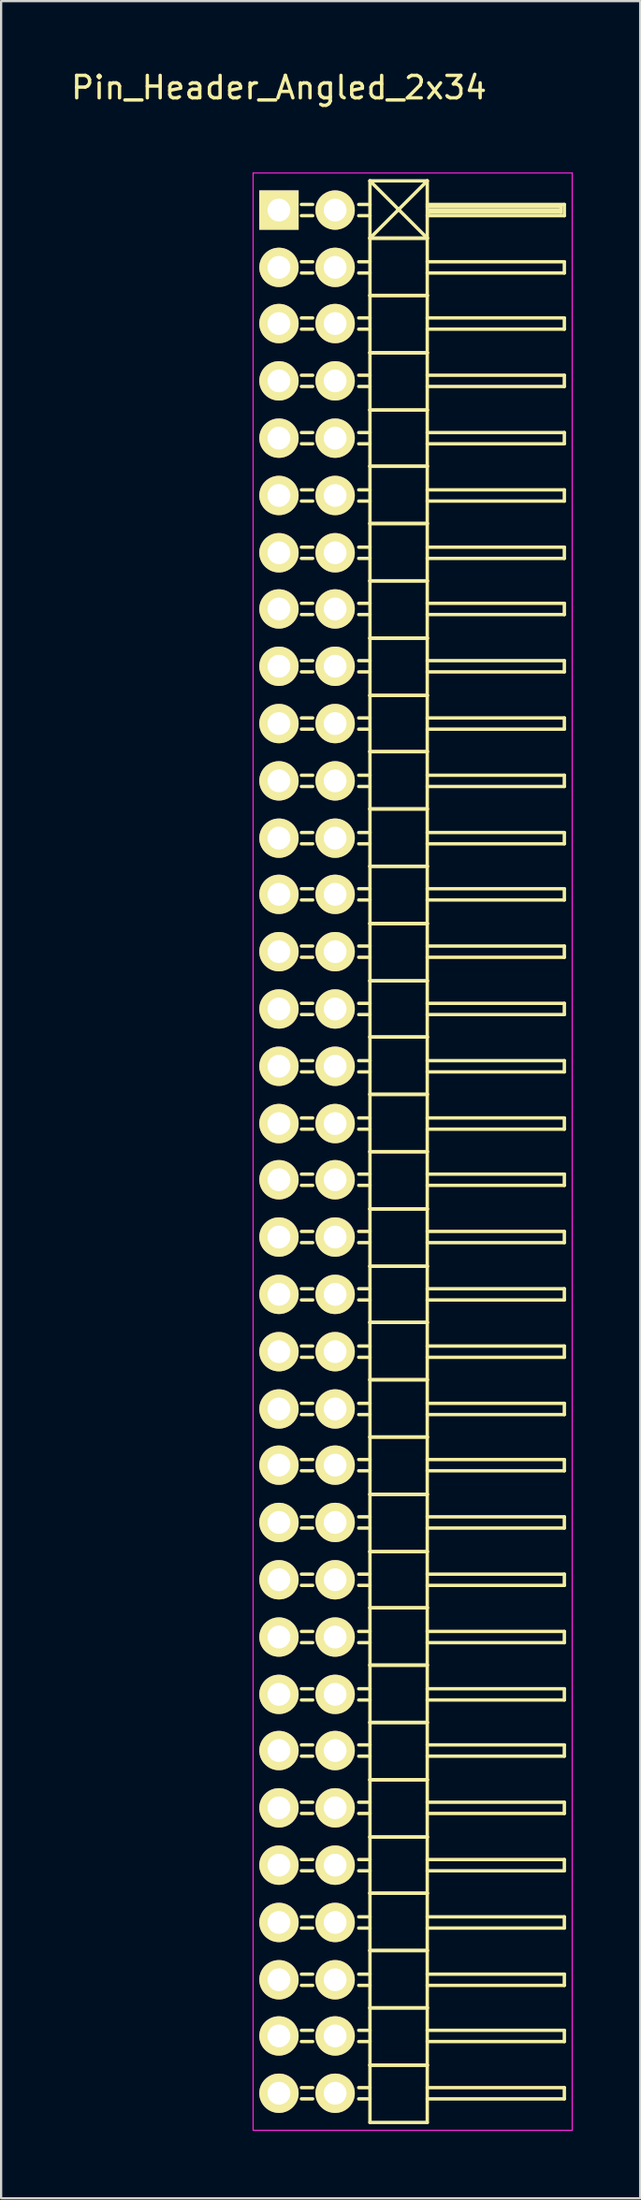
<source format=kicad_pcb>
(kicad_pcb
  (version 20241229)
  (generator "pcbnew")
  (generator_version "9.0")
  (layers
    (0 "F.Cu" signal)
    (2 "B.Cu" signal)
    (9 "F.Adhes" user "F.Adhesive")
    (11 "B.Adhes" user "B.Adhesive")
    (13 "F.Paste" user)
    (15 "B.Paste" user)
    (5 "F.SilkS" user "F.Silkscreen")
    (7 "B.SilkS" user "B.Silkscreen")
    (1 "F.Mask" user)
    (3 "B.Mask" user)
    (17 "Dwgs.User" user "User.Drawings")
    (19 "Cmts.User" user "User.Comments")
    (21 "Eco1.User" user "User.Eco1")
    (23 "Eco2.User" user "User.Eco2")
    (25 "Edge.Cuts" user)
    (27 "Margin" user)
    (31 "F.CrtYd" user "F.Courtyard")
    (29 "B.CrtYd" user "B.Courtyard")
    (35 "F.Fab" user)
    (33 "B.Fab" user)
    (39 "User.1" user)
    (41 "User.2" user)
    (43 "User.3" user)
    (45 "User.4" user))
  (footprint "Pin_Header_Angled_2x34"
    (layer "F.Cu")
    (at 9.363 6.298)
    (property "Reference" "Pin_Header_Angled_2x34" (at 0 -5.45 0) (layer "F.SilkS") (effects (font (size 1 1) (thickness 0.15))))
    (attr through_hole)
    (fp_line (start 1.5 -0.25) (end 1 -0.25) (stroke (width 0.15) (type solid)) (layer "F.SilkS"))
    (fp_line (start 1.5 0.25) (end 1 0.25) (stroke (width 0.15) (type solid)) (layer "F.SilkS"))
    (fp_line (start 1.5 2.3) (end 1 2.3) (stroke (width 0.15) (type solid)) (layer "F.SilkS"))
    (fp_line (start 1.5 2.8) (end 1 2.8) (stroke (width 0.15) (type solid)) (layer "F.SilkS"))
    (fp_line (start 1.5 4.8) (end 1 4.8) (stroke (width 0.15) (type solid)) (layer "F.SilkS"))
    (fp_line (start 1.5 5.3) (end 1 5.3) (stroke (width 0.15) (type solid)) (layer "F.SilkS"))
    (fp_line (start 1.5 7.35) (end 1 7.35) (stroke (width 0.15) (type solid)) (layer "F.SilkS"))
    (fp_line (start 1.5 7.85) (end 1 7.85) (stroke (width 0.15) (type solid)) (layer "F.SilkS"))
    (fp_line (start 1.5 9.9) (end 1 9.9) (stroke (width 0.15) (type solid)) (layer "F.SilkS"))
    (fp_line (start 1.5 10.4) (end 1 10.4) (stroke (width 0.15) (type solid)) (layer "F.SilkS"))
    (fp_line (start 1.5 12.45) (end 1 12.45) (stroke (width 0.15) (type solid)) (layer "F.SilkS"))
    (fp_line (start 1.5 12.95) (end 1 12.95) (stroke (width 0.15) (type solid)) (layer "F.SilkS"))
    (fp_line (start 1.5 15) (end 1 15) (stroke (width 0.15) (type solid)) (layer "F.SilkS"))
    (fp_line (start 1.5 15.5) (end 1 15.5) (stroke (width 0.15) (type solid)) (layer "F.SilkS"))
    (fp_line (start 1.5 17.5) (end 1 17.5) (stroke (width 0.15) (type solid)) (layer "F.SilkS"))
    (fp_line (start 1.5 18) (end 1 18) (stroke (width 0.15) (type solid)) (layer "F.SilkS"))
    (fp_line (start 1.5 20.05) (end 1 20.05) (stroke (width 0.15) (type solid)) (layer "F.SilkS"))
    (fp_line (start 1.5 20.55) (end 1 20.55) (stroke (width 0.15) (type solid)) (layer "F.SilkS"))
    (fp_line (start 1.5 22.6) (end 1 22.6) (stroke (width 0.15) (type solid)) (layer "F.SilkS"))
    (fp_line (start 1.5 23.1) (end 1 23.1) (stroke (width 0.15) (type solid)) (layer "F.SilkS"))
    (fp_line (start 1.5 25.15) (end 1 25.15) (stroke (width 0.15) (type solid)) (layer "F.SilkS"))
    (fp_line (start 1.5 25.65) (end 1 25.65) (stroke (width 0.15) (type solid)) (layer "F.SilkS"))
    (fp_line (start 1.5 27.7) (end 1 27.7) (stroke (width 0.15) (type solid)) (layer "F.SilkS"))
    (fp_line (start 1.5 28.2) (end 1 28.2) (stroke (width 0.15) (type solid)) (layer "F.SilkS"))
    (fp_line (start 1.5 30.2) (end 1 30.2) (stroke (width 0.15) (type solid)) (layer "F.SilkS"))
    (fp_line (start 1.5 30.7) (end 1 30.7) (stroke (width 0.15) (type solid)) (layer "F.SilkS"))
    (fp_line (start 1.5 32.75) (end 1 32.75) (stroke (width 0.15) (type solid)) (layer "F.SilkS"))
    (fp_line (start 1.5 33.25) (end 1 33.25) (stroke (width 0.15) (type solid)) (layer "F.SilkS"))
    (fp_line (start 1.5 35.3) (end 1 35.3) (stroke (width 0.15) (type solid)) (layer "F.SilkS"))
    (fp_line (start 1.5 35.8) (end 1 35.8) (stroke (width 0.15) (type solid)) (layer "F.SilkS"))
    (fp_line (start 1.5 37.85) (end 1 37.85) (stroke (width 0.15) (type solid)) (layer "F.SilkS"))
    (fp_line (start 1.5 38.35) (end 1 38.35) (stroke (width 0.15) (type solid)) (layer "F.SilkS"))
    (fp_line (start 1.5 40.4) (end 1 40.4) (stroke (width 0.15) (type solid)) (layer "F.SilkS"))
    (fp_line (start 1.5 40.9) (end 1 40.9) (stroke (width 0.15) (type solid)) (layer "F.SilkS"))
    (fp_line (start 1.5 42.9) (end 1 42.9) (stroke (width 0.15) (type solid)) (layer "F.SilkS"))
    (fp_line (start 1.5 43.4) (end 1 43.4) (stroke (width 0.15) (type solid)) (layer "F.SilkS"))
    (fp_line (start 1.5 45.45) (end 1 45.45) (stroke (width 0.15) (type solid)) (layer "F.SilkS"))
    (fp_line (start 1.5 45.95) (end 1 45.95) (stroke (width 0.15) (type solid)) (layer "F.SilkS"))
    (fp_line (start 1.5 48) (end 1 48) (stroke (width 0.15) (type solid)) (layer "F.SilkS"))
    (fp_line (start 1.5 48.5) (end 1 48.5) (stroke (width 0.15) (type solid)) (layer "F.SilkS"))
    (fp_line (start 1.5 50.55) (end 1 50.55) (stroke (width 0.15) (type solid)) (layer "F.SilkS"))
    (fp_line (start 1.5 51.05) (end 1 51.05) (stroke (width 0.15) (type solid)) (layer "F.SilkS"))
    (fp_line (start 1.5 53.1) (end 1 53.1) (stroke (width 0.15) (type solid)) (layer "F.SilkS"))
    (fp_line (start 1.5 53.6) (end 1 53.6) (stroke (width 0.15) (type solid)) (layer "F.SilkS"))
    (fp_line (start 1.5 55.6) (end 1 55.6) (stroke (width 0.15) (type solid)) (layer "F.SilkS"))
    (fp_line (start 1.5 56.1) (end 1 56.1) (stroke (width 0.15) (type solid)) (layer "F.SilkS"))
    (fp_line (start 1.5 58.15) (end 1 58.15) (stroke (width 0.15) (type solid)) (layer "F.SilkS"))
    (fp_line (start 1.5 58.65) (end 1 58.65) (stroke (width 0.15) (type solid)) (layer "F.SilkS"))
    (fp_line (start 1.5 60.7) (end 1 60.7) (stroke (width 0.15) (type solid)) (layer "F.SilkS"))
    (fp_line (start 1.5 61.2) (end 1 61.2) (stroke (width 0.15) (type solid)) (layer "F.SilkS"))
    (fp_line (start 1.5 63.25) (end 1 63.25) (stroke (width 0.15) (type solid)) (layer "F.SilkS"))
    (fp_line (start 1.5 63.75) (end 1 63.75) (stroke (width 0.15) (type solid)) (layer "F.SilkS"))
    (fp_line (start 1.5 65.8) (end 1 65.8) (stroke (width 0.15) (type solid)) (layer "F.SilkS"))
    (fp_line (start 1.5 66.3) (end 1 66.3) (stroke (width 0.15) (type solid)) (layer "F.SilkS"))
    (fp_line (start 1.5 68.3) (end 1 68.3) (stroke (width 0.15) (type solid)) (layer "F.SilkS"))
    (fp_line (start 1.5 68.8) (end 1 68.8) (stroke (width 0.15) (type solid)) (layer "F.SilkS"))
    (fp_line (start 1.5 70.85) (end 1 70.85) (stroke (width 0.15) (type solid)) (layer "F.SilkS"))
    (fp_line (start 1.5 71.35) (end 1 71.35) (stroke (width 0.15) (type solid)) (layer "F.SilkS"))
    (fp_line (start 1.5 73.4) (end 1 73.4) (stroke (width 0.15) (type solid)) (layer "F.SilkS"))
    (fp_line (start 1.5 73.9) (end 1 73.9) (stroke (width 0.15) (type solid)) (layer "F.SilkS"))
    (fp_line (start 1.5 75.95) (end 1 75.95) (stroke (width 0.15) (type solid)) (layer "F.SilkS"))
    (fp_line (start 1.5 76.45) (end 1 76.45) (stroke (width 0.15) (type solid)) (layer "F.SilkS"))
    (fp_line (start 1.5 78.5) (end 1 78.5) (stroke (width 0.15) (type solid)) (layer "F.SilkS"))
    (fp_line (start 1.5 79) (end 1 79) (stroke (width 0.15) (type solid)) (layer "F.SilkS"))
    (fp_line (start 1.5 81) (end 1 81) (stroke (width 0.15) (type solid)) (layer "F.SilkS"))
    (fp_line (start 1.5 81.5) (end 1 81.5) (stroke (width 0.15) (type solid)) (layer "F.SilkS"))
    (fp_line (start 1.5 83.55) (end 1 83.55) (stroke (width 0.15) (type solid)) (layer "F.SilkS"))
    (fp_line (start 1.5 84.05) (end 1 84.05) (stroke (width 0.15) (type solid)) (layer "F.SilkS"))
    (fp_line (start 4.05 -1.3) (end 4.05 1.25) (stroke (width 0.15) (type solid)) (layer "F.SilkS"))
    (fp_line (start 4.05 -1.3) (end 6.6 -1.3) (stroke (width 0.15) (type solid)) (layer "F.SilkS"))
    (fp_line (start 4.05 -1.3) (end 6.6 1.25) (stroke (width 0.15) (type solid)) (layer "F.SilkS"))
    (fp_line (start 4.05 -0.25) (end 3.55 -0.25) (stroke (width 0.15) (type solid)) (layer "F.SilkS"))
    (fp_line (start 4.05 0.25) (end 3.55 0.25) (stroke (width 0.15) (type solid)) (layer "F.SilkS"))
    (fp_line (start 4.05 1.25) (end 4.05 3.8) (stroke (width 0.15) (type solid)) (layer "F.SilkS"))
    (fp_line (start 4.05 1.25) (end 6.6 1.25) (stroke (width 0.15) (type solid)) (layer "F.SilkS"))
    (fp_line (start 4.05 1.25) (end 6.6 1.25) (stroke (width 0.15) (type solid)) (layer "F.SilkS"))
    (fp_line (start 4.05 2.3) (end 3.55 2.3) (stroke (width 0.15) (type solid)) (layer "F.SilkS"))
    (fp_line (start 4.05 2.8) (end 3.55 2.8) (stroke (width 0.15) (type solid)) (layer "F.SilkS"))
    (fp_line (start 4.05 3.8) (end 4.05 6.35) (stroke (width 0.15) (type solid)) (layer "F.SilkS"))
    (fp_line (start 4.05 3.8) (end 6.6 3.8) (stroke (width 0.15) (type solid)) (layer "F.SilkS"))
    (fp_line (start 4.05 3.8) (end 6.6 3.8) (stroke (width 0.15) (type solid)) (layer "F.SilkS"))
    (fp_line (start 4.05 4.8) (end 3.55 4.8) (stroke (width 0.15) (type solid)) (layer "F.SilkS"))
    (fp_line (start 4.05 5.3) (end 3.55 5.3) (stroke (width 0.15) (type solid)) (layer "F.SilkS"))
    (fp_line (start 4.05 6.35) (end 4.05 8.9) (stroke (width 0.15) (type solid)) (layer "F.SilkS"))
    (fp_line (start 4.05 6.35) (end 6.6 6.35) (stroke (width 0.15) (type solid)) (layer "F.SilkS"))
    (fp_line (start 4.05 6.35) (end 6.6 6.35) (stroke (width 0.15) (type solid)) (layer "F.SilkS"))
    (fp_line (start 4.05 7.35) (end 3.55 7.35) (stroke (width 0.15) (type solid)) (layer "F.SilkS"))
    (fp_line (start 4.05 7.85) (end 3.55 7.85) (stroke (width 0.15) (type solid)) (layer "F.SilkS"))
    (fp_line (start 4.05 8.9) (end 4.05 11.4) (stroke (width 0.15) (type solid)) (layer "F.SilkS"))
    (fp_line (start 4.05 8.9) (end 6.6 8.9) (stroke (width 0.15) (type solid)) (layer "F.SilkS"))
    (fp_line (start 4.05 8.9) (end 6.6 8.9) (stroke (width 0.15) (type solid)) (layer "F.SilkS"))
    (fp_line (start 4.05 9.9) (end 3.55 9.9) (stroke (width 0.15) (type solid)) (layer "F.SilkS"))
    (fp_line (start 4.05 10.4) (end 3.55 10.4) (stroke (width 0.15) (type solid)) (layer "F.SilkS"))
    (fp_line (start 4.05 11.4) (end 4.05 13.95) (stroke (width 0.15) (type solid)) (layer "F.SilkS"))
    (fp_line (start 4.05 11.4) (end 6.6 11.4) (stroke (width 0.15) (type solid)) (layer "F.SilkS"))
    (fp_line (start 4.05 11.4) (end 6.6 11.4) (stroke (width 0.15) (type solid)) (layer "F.SilkS"))
    (fp_line (start 4.05 12.45) (end 3.55 12.45) (stroke (width 0.15) (type solid)) (layer "F.SilkS"))
    (fp_line (start 4.05 12.95) (end 3.55 12.95) (stroke (width 0.15) (type solid)) (layer "F.SilkS"))
    (fp_line (start 4.05 13.95) (end 4.05 16.5) (stroke (width 0.15) (type solid)) (layer "F.SilkS"))
    (fp_line (start 4.05 13.95) (end 6.6 13.95) (stroke (width 0.15) (type solid)) (layer "F.SilkS"))
    (fp_line (start 4.05 13.95) (end 6.6 13.95) (stroke (width 0.15) (type solid)) (layer "F.SilkS"))
    (fp_line (start 4.05 15) (end 3.55 15) (stroke (width 0.15) (type solid)) (layer "F.SilkS"))
    (fp_line (start 4.05 15.5) (end 3.55 15.5) (stroke (width 0.15) (type solid)) (layer "F.SilkS"))
    (fp_line (start 4.05 16.5) (end 4.05 19.05) (stroke (width 0.15) (type solid)) (layer "F.SilkS"))
    (fp_line (start 4.05 16.5) (end 6.6 16.5) (stroke (width 0.15) (type solid)) (layer "F.SilkS"))
    (fp_line (start 4.05 16.5) (end 6.6 16.5) (stroke (width 0.15) (type solid)) (layer "F.SilkS"))
    (fp_line (start 4.05 17.5) (end 3.55 17.5) (stroke (width 0.15) (type solid)) (layer "F.SilkS"))
    (fp_line (start 4.05 18) (end 3.55 18) (stroke (width 0.15) (type solid)) (layer "F.SilkS"))
    (fp_line (start 4.05 19.05) (end 4.05 21.6) (stroke (width 0.15) (type solid)) (layer "F.SilkS"))
    (fp_line (start 4.05 19.05) (end 6.6 19.05) (stroke (width 0.15) (type solid)) (layer "F.SilkS"))
    (fp_line (start 4.05 19.05) (end 6.6 19.05) (stroke (width 0.15) (type solid)) (layer "F.SilkS"))
    (fp_line (start 4.05 20.05) (end 3.55 20.05) (stroke (width 0.15) (type solid)) (layer "F.SilkS"))
    (fp_line (start 4.05 20.55) (end 3.55 20.55) (stroke (width 0.15) (type solid)) (layer "F.SilkS"))
    (fp_line (start 4.05 21.6) (end 4.05 24.1) (stroke (width 0.15) (type solid)) (layer "F.SilkS"))
    (fp_line (start 4.05 21.6) (end 6.6 21.6) (stroke (width 0.15) (type solid)) (layer "F.SilkS"))
    (fp_line (start 4.05 21.6) (end 6.6 21.6) (stroke (width 0.15) (type solid)) (layer "F.SilkS"))
    (fp_line (start 4.05 22.6) (end 3.55 22.6) (stroke (width 0.15) (type solid)) (layer "F.SilkS"))
    (fp_line (start 4.05 23.1) (end 3.55 23.1) (stroke (width 0.15) (type solid)) (layer "F.SilkS"))
    (fp_line (start 4.05 24.1) (end 4.05 26.65) (stroke (width 0.15) (type solid)) (layer "F.SilkS"))
    (fp_line (start 4.05 24.1) (end 6.6 24.1) (stroke (width 0.15) (type solid)) (layer "F.SilkS"))
    (fp_line (start 4.05 24.1) (end 6.6 24.1) (stroke (width 0.15) (type solid)) (layer "F.SilkS"))
    (fp_line (start 4.05 25.15) (end 3.55 25.15) (stroke (width 0.15) (type solid)) (layer "F.SilkS"))
    (fp_line (start 4.05 25.65) (end 3.55 25.65) (stroke (width 0.15) (type solid)) (layer "F.SilkS"))
    (fp_line (start 4.05 26.65) (end 4.05 29.2) (stroke (width 0.15) (type solid)) (layer "F.SilkS"))
    (fp_line (start 4.05 26.65) (end 6.6 26.65) (stroke (width 0.15) (type solid)) (layer "F.SilkS"))
    (fp_line (start 4.05 26.65) (end 6.6 26.65) (stroke (width 0.15) (type solid)) (layer "F.SilkS"))
    (fp_line (start 4.05 27.7) (end 3.55 27.7) (stroke (width 0.15) (type solid)) (layer "F.SilkS"))
    (fp_line (start 4.05 28.2) (end 3.55 28.2) (stroke (width 0.15) (type solid)) (layer "F.SilkS"))
    (fp_line (start 4.05 29.2) (end 4.05 31.75) (stroke (width 0.15) (type solid)) (layer "F.SilkS"))
    (fp_line (start 4.05 29.2) (end 6.6 29.2) (stroke (width 0.15) (type solid)) (layer "F.SilkS"))
    (fp_line (start 4.05 29.2) (end 6.6 29.2) (stroke (width 0.15) (type solid)) (layer "F.SilkS"))
    (fp_line (start 4.05 30.2) (end 3.55 30.2) (stroke (width 0.15) (type solid)) (layer "F.SilkS"))
    (fp_line (start 4.05 30.7) (end 3.55 30.7) (stroke (width 0.15) (type solid)) (layer "F.SilkS"))
    (fp_line (start 4.05 31.75) (end 4.05 34.3) (stroke (width 0.15) (type solid)) (layer "F.SilkS"))
    (fp_line (start 4.05 31.75) (end 6.6 31.75) (stroke (width 0.15) (type solid)) (layer "F.SilkS"))
    (fp_line (start 4.05 31.75) (end 6.6 31.75) (stroke (width 0.15) (type solid)) (layer "F.SilkS"))
    (fp_line (start 4.05 32.75) (end 3.55 32.75) (stroke (width 0.15) (type solid)) (layer "F.SilkS"))
    (fp_line (start 4.05 33.25) (end 3.55 33.25) (stroke (width 0.15) (type solid)) (layer "F.SilkS"))
    (fp_line (start 4.05 34.3) (end 4.05 36.8) (stroke (width 0.15) (type solid)) (layer "F.SilkS"))
    (fp_line (start 4.05 34.3) (end 6.6 34.3) (stroke (width 0.15) (type solid)) (layer "F.SilkS"))
    (fp_line (start 4.05 34.3) (end 6.6 34.3) (stroke (width 0.15) (type solid)) (layer "F.SilkS"))
    (fp_line (start 4.05 35.3) (end 3.55 35.3) (stroke (width 0.15) (type solid)) (layer "F.SilkS"))
    (fp_line (start 4.05 35.8) (end 3.55 35.8) (stroke (width 0.15) (type solid)) (layer "F.SilkS"))
    (fp_line (start 4.05 36.8) (end 4.05 39.35) (stroke (width 0.15) (type solid)) (layer "F.SilkS"))
    (fp_line (start 4.05 36.8) (end 6.6 36.8) (stroke (width 0.15) (type solid)) (layer "F.SilkS"))
    (fp_line (start 4.05 36.8) (end 6.6 36.8) (stroke (width 0.15) (type solid)) (layer "F.SilkS"))
    (fp_line (start 4.05 37.85) (end 3.55 37.85) (stroke (width 0.15) (type solid)) (layer "F.SilkS"))
    (fp_line (start 4.05 38.35) (end 3.55 38.35) (stroke (width 0.15) (type solid)) (layer "F.SilkS"))
    (fp_line (start 4.05 39.35) (end 4.05 41.9) (stroke (width 0.15) (type solid)) (layer "F.SilkS"))
    (fp_line (start 4.05 39.35) (end 6.6 39.35) (stroke (width 0.15) (type solid)) (layer "F.SilkS"))
    (fp_line (start 4.05 39.35) (end 6.6 39.35) (stroke (width 0.15) (type solid)) (layer "F.SilkS"))
    (fp_line (start 4.05 40.4) (end 3.55 40.4) (stroke (width 0.15) (type solid)) (layer "F.SilkS"))
    (fp_line (start 4.05 40.9) (end 3.55 40.9) (stroke (width 0.15) (type solid)) (layer "F.SilkS"))
    (fp_line (start 4.05 41.9) (end 4.05 44.45) (stroke (width 0.15) (type solid)) (layer "F.SilkS"))
    (fp_line (start 4.05 41.9) (end 6.6 41.9) (stroke (width 0.15) (type solid)) (layer "F.SilkS"))
    (fp_line (start 4.05 41.9) (end 6.6 41.9) (stroke (width 0.15) (type solid)) (layer "F.SilkS"))
    (fp_line (start 4.05 42.9) (end 3.55 42.9) (stroke (width 0.15) (type solid)) (layer "F.SilkS"))
    (fp_line (start 4.05 43.4) (end 3.55 43.4) (stroke (width 0.15) (type solid)) (layer "F.SilkS"))
    (fp_line (start 4.05 44.45) (end 4.05 47) (stroke (width 0.15) (type solid)) (layer "F.SilkS"))
    (fp_line (start 4.05 44.45) (end 6.6 44.45) (stroke (width 0.15) (type solid)) (layer "F.SilkS"))
    (fp_line (start 4.05 44.45) (end 6.6 44.45) (stroke (width 0.15) (type solid)) (layer "F.SilkS"))
    (fp_line (start 4.05 45.45) (end 3.55 45.45) (stroke (width 0.15) (type solid)) (layer "F.SilkS"))
    (fp_line (start 4.05 45.95) (end 3.55 45.95) (stroke (width 0.15) (type solid)) (layer "F.SilkS"))
    (fp_line (start 4.05 47) (end 4.05 49.5) (stroke (width 0.15) (type solid)) (layer "F.SilkS"))
    (fp_line (start 4.05 47) (end 6.6 47) (stroke (width 0.15) (type solid)) (layer "F.SilkS"))
    (fp_line (start 4.05 47) (end 6.6 47) (stroke (width 0.15) (type solid)) (layer "F.SilkS"))
    (fp_line (start 4.05 48) (end 3.55 48) (stroke (width 0.15) (type solid)) (layer "F.SilkS"))
    (fp_line (start 4.05 48.5) (end 3.55 48.5) (stroke (width 0.15) (type solid)) (layer "F.SilkS"))
    (fp_line (start 4.05 49.5) (end 4.05 52.05) (stroke (width 0.15) (type solid)) (layer "F.SilkS"))
    (fp_line (start 4.05 49.5) (end 6.6 49.5) (stroke (width 0.15) (type solid)) (layer "F.SilkS"))
    (fp_line (start 4.05 49.5) (end 6.6 49.5) (stroke (width 0.15) (type solid)) (layer "F.SilkS"))
    (fp_line (start 4.05 50.55) (end 3.55 50.55) (stroke (width 0.15) (type solid)) (layer "F.SilkS"))
    (fp_line (start 4.05 51.05) (end 3.55 51.05) (stroke (width 0.15) (type solid)) (layer "F.SilkS"))
    (fp_line (start 4.05 52.05) (end 4.05 54.6) (stroke (width 0.15) (type solid)) (layer "F.SilkS"))
    (fp_line (start 4.05 52.05) (end 6.6 52.05) (stroke (width 0.15) (type solid)) (layer "F.SilkS"))
    (fp_line (start 4.05 52.05) (end 6.6 52.05) (stroke (width 0.15) (type solid)) (layer "F.SilkS"))
    (fp_line (start 4.05 53.1) (end 3.55 53.1) (stroke (width 0.15) (type solid)) (layer "F.SilkS"))
    (fp_line (start 4.05 53.6) (end 3.55 53.6) (stroke (width 0.15) (type solid)) (layer "F.SilkS"))
    (fp_line (start 4.05 54.6) (end 4.05 57.15) (stroke (width 0.15) (type solid)) (layer "F.SilkS"))
    (fp_line (start 4.05 54.6) (end 6.6 54.6) (stroke (width 0.15) (type solid)) (layer "F.SilkS"))
    (fp_line (start 4.05 54.6) (end 6.6 54.6) (stroke (width 0.15) (type solid)) (layer "F.SilkS"))
    (fp_line (start 4.05 55.6) (end 3.55 55.6) (stroke (width 0.15) (type solid)) (layer "F.SilkS"))
    (fp_line (start 4.05 56.1) (end 3.55 56.1) (stroke (width 0.15) (type solid)) (layer "F.SilkS"))
    (fp_line (start 4.05 57.15) (end 4.05 59.7) (stroke (width 0.15) (type solid)) (layer "F.SilkS"))
    (fp_line (start 4.05 57.15) (end 6.6 57.15) (stroke (width 0.15) (type solid)) (layer "F.SilkS"))
    (fp_line (start 4.05 57.15) (end 6.6 57.15) (stroke (width 0.15) (type solid)) (layer "F.SilkS"))
    (fp_line (start 4.05 58.15) (end 3.55 58.15) (stroke (width 0.15) (type solid)) (layer "F.SilkS"))
    (fp_line (start 4.05 58.65) (end 3.55 58.65) (stroke (width 0.15) (type solid)) (layer "F.SilkS"))
    (fp_line (start 4.05 59.7) (end 4.05 62.2) (stroke (width 0.15) (type solid)) (layer "F.SilkS"))
    (fp_line (start 4.05 59.7) (end 6.6 59.7) (stroke (width 0.15) (type solid)) (layer "F.SilkS"))
    (fp_line (start 4.05 59.7) (end 6.6 59.7) (stroke (width 0.15) (type solid)) (layer "F.SilkS"))
    (fp_line (start 4.05 60.7) (end 3.55 60.7) (stroke (width 0.15) (type solid)) (layer "F.SilkS"))
    (fp_line (start 4.05 61.2) (end 3.55 61.2) (stroke (width 0.15) (type solid)) (layer "F.SilkS"))
    (fp_line (start 4.05 62.2) (end 4.05 64.75) (stroke (width 0.15) (type solid)) (layer "F.SilkS"))
    (fp_line (start 4.05 62.2) (end 6.6 62.2) (stroke (width 0.15) (type solid)) (layer "F.SilkS"))
    (fp_line (start 4.05 62.2) (end 6.6 62.2) (stroke (width 0.15) (type solid)) (layer "F.SilkS"))
    (fp_line (start 4.05 63.25) (end 3.55 63.25) (stroke (width 0.15) (type solid)) (layer "F.SilkS"))
    (fp_line (start 4.05 63.75) (end 3.55 63.75) (stroke (width 0.15) (type solid)) (layer "F.SilkS"))
    (fp_line (start 4.05 64.75) (end 4.05 67.3) (stroke (width 0.15) (type solid)) (layer "F.SilkS"))
    (fp_line (start 4.05 64.75) (end 6.6 64.75) (stroke (width 0.15) (type solid)) (layer "F.SilkS"))
    (fp_line (start 4.05 64.75) (end 6.6 64.75) (stroke (width 0.15) (type solid)) (layer "F.SilkS"))
    (fp_line (start 4.05 65.8) (end 3.55 65.8) (stroke (width 0.15) (type solid)) (layer "F.SilkS"))
    (fp_line (start 4.05 66.3) (end 3.55 66.3) (stroke (width 0.15) (type solid)) (layer "F.SilkS"))
    (fp_line (start 4.05 67.3) (end 4.05 69.85) (stroke (width 0.15) (type solid)) (layer "F.SilkS"))
    (fp_line (start 4.05 67.3) (end 6.6 67.3) (stroke (width 0.15) (type solid)) (layer "F.SilkS"))
    (fp_line (start 4.05 67.3) (end 6.6 67.3) (stroke (width 0.15) (type solid)) (layer "F.SilkS"))
    (fp_line (start 4.05 68.3) (end 3.55 68.3) (stroke (width 0.15) (type solid)) (layer "F.SilkS"))
    (fp_line (start 4.05 68.8) (end 3.55 68.8) (stroke (width 0.15) (type solid)) (layer "F.SilkS"))
    (fp_line (start 4.05 69.85) (end 4.05 72.4) (stroke (width 0.15) (type solid)) (layer "F.SilkS"))
    (fp_line (start 4.05 69.85) (end 6.6 69.85) (stroke (width 0.15) (type solid)) (layer "F.SilkS"))
    (fp_line (start 4.05 69.85) (end 6.6 69.85) (stroke (width 0.15) (type solid)) (layer "F.SilkS"))
    (fp_line (start 4.05 70.85) (end 3.55 70.85) (stroke (width 0.15) (type solid)) (layer "F.SilkS"))
    (fp_line (start 4.05 71.35) (end 3.55 71.35) (stroke (width 0.15) (type solid)) (layer "F.SilkS"))
    (fp_line (start 4.05 72.4) (end 4.05 74.9) (stroke (width 0.15) (type solid)) (layer "F.SilkS"))
    (fp_line (start 4.05 72.4) (end 6.6 72.4) (stroke (width 0.15) (type solid)) (layer "F.SilkS"))
    (fp_line (start 4.05 72.4) (end 6.6 72.4) (stroke (width 0.15) (type solid)) (layer "F.SilkS"))
    (fp_line (start 4.05 73.4) (end 3.55 73.4) (stroke (width 0.15) (type solid)) (layer "F.SilkS"))
    (fp_line (start 4.05 73.9) (end 3.55 73.9) (stroke (width 0.15) (type solid)) (layer "F.SilkS"))
    (fp_line (start 4.05 74.9) (end 4.05 77.45) (stroke (width 0.15) (type solid)) (layer "F.SilkS"))
    (fp_line (start 4.05 74.9) (end 6.6 74.9) (stroke (width 0.15) (type solid)) (layer "F.SilkS"))
    (fp_line (start 4.05 74.9) (end 6.6 74.9) (stroke (width 0.15) (type solid)) (layer "F.SilkS"))
    (fp_line (start 4.05 75.95) (end 3.55 75.95) (stroke (width 0.15) (type solid)) (layer "F.SilkS"))
    (fp_line (start 4.05 76.45) (end 3.55 76.45) (stroke (width 0.15) (type solid)) (layer "F.SilkS"))
    (fp_line (start 4.05 77.45) (end 4.05 80) (stroke (width 0.15) (type solid)) (layer "F.SilkS"))
    (fp_line (start 4.05 77.45) (end 6.6 77.45) (stroke (width 0.15) (type solid)) (layer "F.SilkS"))
    (fp_line (start 4.05 77.45) (end 6.6 77.45) (stroke (width 0.15) (type solid)) (layer "F.SilkS"))
    (fp_line (start 4.05 78.5) (end 3.55 78.5) (stroke (width 0.15) (type solid)) (layer "F.SilkS"))
    (fp_line (start 4.05 79) (end 3.55 79) (stroke (width 0.15) (type solid)) (layer "F.SilkS"))
    (fp_line (start 4.05 80) (end 4.05 82.55) (stroke (width 0.15) (type solid)) (layer "F.SilkS"))
    (fp_line (start 4.05 80) (end 6.6 80) (stroke (width 0.15) (type solid)) (layer "F.SilkS"))
    (fp_line (start 4.05 80) (end 6.6 80) (stroke (width 0.15) (type solid)) (layer "F.SilkS"))
    (fp_line (start 4.05 81) (end 3.55 81) (stroke (width 0.15) (type solid)) (layer "F.SilkS"))
    (fp_line (start 4.05 81.5) (end 3.55 81.5) (stroke (width 0.15) (type solid)) (layer "F.SilkS"))
    (fp_line (start 4.05 82.55) (end 4.05 85.1) (stroke (width 0.15) (type solid)) (layer "F.SilkS"))
    (fp_line (start 4.05 82.55) (end 6.6 82.55) (stroke (width 0.15) (type solid)) (layer "F.SilkS"))
    (fp_line (start 4.05 82.55) (end 6.6 82.55) (stroke (width 0.15) (type solid)) (layer "F.SilkS"))
    (fp_line (start 4.05 83.55) (end 3.55 83.55) (stroke (width 0.15) (type solid)) (layer "F.SilkS"))
    (fp_line (start 4.05 84.05) (end 3.55 84.05) (stroke (width 0.15) (type solid)) (layer "F.SilkS"))
    (fp_line (start 4.05 85.1) (end 6.6 85.1) (stroke (width 0.15) (type solid)) (layer "F.SilkS"))
    (fp_line (start 6.6 -1.3) (end 4.05 1.25) (stroke (width 0.15) (type solid)) (layer "F.SilkS"))
    (fp_line (start 6.6 -0.25) (end 12.7 -0.25) (stroke (width 0.15) (type solid)) (layer "F.SilkS"))
    (fp_line (start 6.6 -0.15) (end 12.55 -0.15) (stroke (width 0.15) (type solid)) (layer "F.SilkS"))
    (fp_line (start 6.6 1.25) (end 6.6 -1.3) (stroke (width 0.15) (type solid)) (layer "F.SilkS"))
    (fp_line (start 6.6 2.3) (end 12.7 2.3) (stroke (width 0.15) (type solid)) (layer "F.SilkS"))
    (fp_line (start 6.6 3.8) (end 6.6 1.25) (stroke (width 0.15) (type solid)) (layer "F.SilkS"))
    (fp_line (start 6.6 4.8) (end 12.7 4.8) (stroke (width 0.15) (type solid)) (layer "F.SilkS"))
    (fp_line (start 6.6 6.35) (end 6.6 3.8) (stroke (width 0.15) (type solid)) (layer "F.SilkS"))
    (fp_line (start 6.6 7.35) (end 12.7 7.35) (stroke (width 0.15) (type solid)) (layer "F.SilkS"))
    (fp_line (start 6.6 8.9) (end 6.6 6.35) (stroke (width 0.15) (type solid)) (layer "F.SilkS"))
    (fp_line (start 6.6 9.9) (end 12.7 9.9) (stroke (width 0.15) (type solid)) (layer "F.SilkS"))
    (fp_line (start 6.6 11.4) (end 6.6 8.9) (stroke (width 0.15) (type solid)) (layer "F.SilkS"))
    (fp_line (start 6.6 12.45) (end 12.7 12.45) (stroke (width 0.15) (type solid)) (layer "F.SilkS"))
    (fp_line (start 6.6 13.95) (end 6.6 11.4) (stroke (width 0.15) (type solid)) (layer "F.SilkS"))
    (fp_line (start 6.6 15) (end 12.7 15) (stroke (width 0.15) (type solid)) (layer "F.SilkS"))
    (fp_line (start 6.6 16.5) (end 6.6 13.95) (stroke (width 0.15) (type solid)) (layer "F.SilkS"))
    (fp_line (start 6.6 17.5) (end 12.7 17.5) (stroke (width 0.15) (type solid)) (layer "F.SilkS"))
    (fp_line (start 6.6 19.05) (end 6.6 16.5) (stroke (width 0.15) (type solid)) (layer "F.SilkS"))
    (fp_line (start 6.6 20.05) (end 12.7 20.05) (stroke (width 0.15) (type solid)) (layer "F.SilkS"))
    (fp_line (start 6.6 21.6) (end 6.6 19.05) (stroke (width 0.15) (type solid)) (layer "F.SilkS"))
    (fp_line (start 6.6 22.6) (end 12.7 22.6) (stroke (width 0.15) (type solid)) (layer "F.SilkS"))
    (fp_line (start 6.6 24.1) (end 6.6 21.6) (stroke (width 0.15) (type solid)) (layer "F.SilkS"))
    (fp_line (start 6.6 25.15) (end 12.7 25.15) (stroke (width 0.15) (type solid)) (layer "F.SilkS"))
    (fp_line (start 6.6 26.65) (end 6.6 24.1) (stroke (width 0.15) (type solid)) (layer "F.SilkS"))
    (fp_line (start 6.6 27.7) (end 12.7 27.7) (stroke (width 0.15) (type solid)) (layer "F.SilkS"))
    (fp_line (start 6.6 29.2) (end 6.6 26.65) (stroke (width 0.15) (type solid)) (layer "F.SilkS"))
    (fp_line (start 6.6 30.2) (end 12.7 30.2) (stroke (width 0.15) (type solid)) (layer "F.SilkS"))
    (fp_line (start 6.6 31.75) (end 6.6 29.2) (stroke (width 0.15) (type solid)) (layer "F.SilkS"))
    (fp_line (start 6.6 32.75) (end 12.7 32.75) (stroke (width 0.15) (type solid)) (layer "F.SilkS"))
    (fp_line (start 6.6 34.3) (end 6.6 31.75) (stroke (width 0.15) (type solid)) (layer "F.SilkS"))
    (fp_line (start 6.6 35.3) (end 12.7 35.3) (stroke (width 0.15) (type solid)) (layer "F.SilkS"))
    (fp_line (start 6.6 36.8) (end 6.6 34.3) (stroke (width 0.15) (type solid)) (layer "F.SilkS"))
    (fp_line (start 6.6 37.85) (end 12.7 37.85) (stroke (width 0.15) (type solid)) (layer "F.SilkS"))
    (fp_line (start 6.6 39.35) (end 6.6 36.8) (stroke (width 0.15) (type solid)) (layer "F.SilkS"))
    (fp_line (start 6.6 40.4) (end 12.7 40.4) (stroke (width 0.15) (type solid)) (layer "F.SilkS"))
    (fp_line (start 6.6 41.9) (end 6.6 39.35) (stroke (width 0.15) (type solid)) (layer "F.SilkS"))
    (fp_line (start 6.6 42.9) (end 12.7 42.9) (stroke (width 0.15) (type solid)) (layer "F.SilkS"))
    (fp_line (start 6.6 44.45) (end 6.6 41.9) (stroke (width 0.15) (type solid)) (layer "F.SilkS"))
    (fp_line (start 6.6 45.45) (end 12.7 45.45) (stroke (width 0.15) (type solid)) (layer "F.SilkS"))
    (fp_line (start 6.6 47) (end 6.6 44.45) (stroke (width 0.15) (type solid)) (layer "F.SilkS"))
    (fp_line (start 6.6 48) (end 12.7 48) (stroke (width 0.15) (type solid)) (layer "F.SilkS"))
    (fp_line (start 6.6 49.5) (end 6.6 47) (stroke (width 0.15) (type solid)) (layer "F.SilkS"))
    (fp_line (start 6.6 50.55) (end 12.7 50.55) (stroke (width 0.15) (type solid)) (layer "F.SilkS"))
    (fp_line (start 6.6 52.05) (end 6.6 49.5) (stroke (width 0.15) (type solid)) (layer "F.SilkS"))
    (fp_line (start 6.6 53.1) (end 12.7 53.1) (stroke (width 0.15) (type solid)) (layer "F.SilkS"))
    (fp_line (start 6.6 54.6) (end 6.6 52.05) (stroke (width 0.15) (type solid)) (layer "F.SilkS"))
    (fp_line (start 6.6 55.6) (end 12.7 55.6) (stroke (width 0.15) (type solid)) (layer "F.SilkS"))
    (fp_line (start 6.6 57.15) (end 6.6 54.6) (stroke (width 0.15) (type solid)) (layer "F.SilkS"))
    (fp_line (start 6.6 58.15) (end 12.7 58.15) (stroke (width 0.15) (type solid)) (layer "F.SilkS"))
    (fp_line (start 6.6 59.7) (end 6.6 57.15) (stroke (width 0.15) (type solid)) (layer "F.SilkS"))
    (fp_line (start 6.6 60.7) (end 12.7 60.7) (stroke (width 0.15) (type solid)) (layer "F.SilkS"))
    (fp_line (start 6.6 62.2) (end 6.6 59.7) (stroke (width 0.15) (type solid)) (layer "F.SilkS"))
    (fp_line (start 6.6 63.25) (end 12.7 63.25) (stroke (width 0.15) (type solid)) (layer "F.SilkS"))
    (fp_line (start 6.6 64.75) (end 6.6 62.2) (stroke (width 0.15) (type solid)) (layer "F.SilkS"))
    (fp_line (start 6.6 65.8) (end 12.7 65.8) (stroke (width 0.15) (type solid)) (layer "F.SilkS"))
    (fp_line (start 6.6 67.3) (end 6.6 64.75) (stroke (width 0.15) (type solid)) (layer "F.SilkS"))
    (fp_line (start 6.6 68.3) (end 12.7 68.3) (stroke (width 0.15) (type solid)) (layer "F.SilkS"))
    (fp_line (start 6.6 69.85) (end 6.6 67.3) (stroke (width 0.15) (type solid)) (layer "F.SilkS"))
    (fp_line (start 6.6 70.85) (end 12.7 70.85) (stroke (width 0.15) (type solid)) (layer "F.SilkS"))
    (fp_line (start 6.6 72.4) (end 6.6 69.85) (stroke (width 0.15) (type solid)) (layer "F.SilkS"))
    (fp_line (start 6.6 73.4) (end 12.7 73.4) (stroke (width 0.15) (type solid)) (layer "F.SilkS"))
    (fp_line (start 6.6 74.9) (end 6.6 72.4) (stroke (width 0.15) (type solid)) (layer "F.SilkS"))
    (fp_line (start 6.6 75.95) (end 12.7 75.95) (stroke (width 0.15) (type solid)) (layer "F.SilkS"))
    (fp_line (start 6.6 77.45) (end 6.6 74.9) (stroke (width 0.15) (type solid)) (layer "F.SilkS"))
    (fp_line (start 6.6 78.5) (end 12.7 78.5) (stroke (width 0.15) (type solid)) (layer "F.SilkS"))
    (fp_line (start 6.6 80) (end 6.6 77.45) (stroke (width 0.15) (type solid)) (layer "F.SilkS"))
    (fp_line (start 6.6 81) (end 12.7 81) (stroke (width 0.15) (type solid)) (layer "F.SilkS"))
    (fp_line (start 6.6 82.55) (end 6.6 80) (stroke (width 0.15) (type solid)) (layer "F.SilkS"))
    (fp_line (start 6.6 83.55) (end 12.7 83.55) (stroke (width 0.15) (type solid)) (layer "F.SilkS"))
    (fp_line (start 6.6 85.1) (end 6.6 82.55) (stroke (width 0.15) (type solid)) (layer "F.SilkS"))
    (fp_line (start 6.7 0) (end 12.55 0) (stroke (width 0.15) (type solid)) (layer "F.SilkS"))
    (fp_line (start 6.7 0.1) (end 6.7 0) (stroke (width 0.15) (type solid)) (layer "F.SilkS"))
    (fp_line (start 12.55 -0.15) (end 12.55 0.1) (stroke (width 0.15) (type solid)) (layer "F.SilkS"))
    (fp_line (start 12.55 0.1) (end 6.7 0.1) (stroke (width 0.15) (type solid)) (layer "F.SilkS"))
    (fp_line (start 12.7 -0.25) (end 12.7 0.25) (stroke (width 0.15) (type solid)) (layer "F.SilkS"))
    (fp_line (start 12.7 0.25) (end 6.6 0.25) (stroke (width 0.15) (type solid)) (layer "F.SilkS"))
    (fp_line (start 12.7 2.3) (end 12.7 2.8) (stroke (width 0.15) (type solid)) (layer "F.SilkS"))
    (fp_line (start 12.7 2.8) (end 6.6 2.8) (stroke (width 0.15) (type solid)) (layer "F.SilkS"))
    (fp_line (start 12.7 4.8) (end 12.7 5.3) (stroke (width 0.15) (type solid)) (layer "F.SilkS"))
    (fp_line (start 12.7 5.3) (end 6.6 5.3) (stroke (width 0.15) (type solid)) (layer "F.SilkS"))
    (fp_line (start 12.7 7.35) (end 12.7 7.85) (stroke (width 0.15) (type solid)) (layer "F.SilkS"))
    (fp_line (start 12.7 7.85) (end 6.6 7.85) (stroke (width 0.15) (type solid)) (layer "F.SilkS"))
    (fp_line (start 12.7 9.9) (end 12.7 10.4) (stroke (width 0.15) (type solid)) (layer "F.SilkS"))
    (fp_line (start 12.7 10.4) (end 6.6 10.4) (stroke (width 0.15) (type solid)) (layer "F.SilkS"))
    (fp_line (start 12.7 12.45) (end 12.7 12.95) (stroke (width 0.15) (type solid)) (layer "F.SilkS"))
    (fp_line (start 12.7 12.95) (end 6.6 12.95) (stroke (width 0.15) (type solid)) (layer "F.SilkS"))
    (fp_line (start 12.7 15) (end 12.7 15.5) (stroke (width 0.15) (type solid)) (layer "F.SilkS"))
    (fp_line (start 12.7 15.5) (end 6.6 15.5) (stroke (width 0.15) (type solid)) (layer "F.SilkS"))
    (fp_line (start 12.7 17.5) (end 12.7 18) (stroke (width 0.15) (type solid)) (layer "F.SilkS"))
    (fp_line (start 12.7 18) (end 6.6 18) (stroke (width 0.15) (type solid)) (layer "F.SilkS"))
    (fp_line (start 12.7 20.05) (end 12.7 20.55) (stroke (width 0.15) (type solid)) (layer "F.SilkS"))
    (fp_line (start 12.7 20.55) (end 6.6 20.55) (stroke (width 0.15) (type solid)) (layer "F.SilkS"))
    (fp_line (start 12.7 22.6) (end 12.7 23.1) (stroke (width 0.15) (type solid)) (layer "F.SilkS"))
    (fp_line (start 12.7 23.1) (end 6.6 23.1) (stroke (width 0.15) (type solid)) (layer "F.SilkS"))
    (fp_line (start 12.7 25.15) (end 12.7 25.65) (stroke (width 0.15) (type solid)) (layer "F.SilkS"))
    (fp_line (start 12.7 25.65) (end 6.6 25.65) (stroke (width 0.15) (type solid)) (layer "F.SilkS"))
    (fp_line (start 12.7 27.7) (end 12.7 28.2) (stroke (width 0.15) (type solid)) (layer "F.SilkS"))
    (fp_line (start 12.7 28.2) (end 6.6 28.2) (stroke (width 0.15) (type solid)) (layer "F.SilkS"))
    (fp_line (start 12.7 30.2) (end 12.7 30.7) (stroke (width 0.15) (type solid)) (layer "F.SilkS"))
    (fp_line (start 12.7 30.7) (end 6.6 30.7) (stroke (width 0.15) (type solid)) (layer "F.SilkS"))
    (fp_line (start 12.7 32.75) (end 12.7 33.25) (stroke (width 0.15) (type solid)) (layer "F.SilkS"))
    (fp_line (start 12.7 33.25) (end 6.6 33.25) (stroke (width 0.15) (type solid)) (layer "F.SilkS"))
    (fp_line (start 12.7 35.3) (end 12.7 35.8) (stroke (width 0.15) (type solid)) (layer "F.SilkS"))
    (fp_line (start 12.7 35.8) (end 6.6 35.8) (stroke (width 0.15) (type solid)) (layer "F.SilkS"))
    (fp_line (start 12.7 37.85) (end 12.7 38.35) (stroke (width 0.15) (type solid)) (layer "F.SilkS"))
    (fp_line (start 12.7 38.35) (end 6.6 38.35) (stroke (width 0.15) (type solid)) (layer "F.SilkS"))
    (fp_line (start 12.7 40.4) (end 12.7 40.9) (stroke (width 0.15) (type solid)) (layer "F.SilkS"))
    (fp_line (start 12.7 40.9) (end 6.6 40.9) (stroke (width 0.15) (type solid)) (layer "F.SilkS"))
    (fp_line (start 12.7 42.9) (end 12.7 43.4) (stroke (width 0.15) (type solid)) (layer "F.SilkS"))
    (fp_line (start 12.7 43.4) (end 6.6 43.4) (stroke (width 0.15) (type solid)) (layer "F.SilkS"))
    (fp_line (start 12.7 45.45) (end 12.7 45.95) (stroke (width 0.15) (type solid)) (layer "F.SilkS"))
    (fp_line (start 12.7 45.95) (end 6.6 45.95) (stroke (width 0.15) (type solid)) (layer "F.SilkS"))
    (fp_line (start 12.7 48) (end 12.7 48.5) (stroke (width 0.15) (type solid)) (layer "F.SilkS"))
    (fp_line (start 12.7 48.5) (end 6.6 48.5) (stroke (width 0.15) (type solid)) (layer "F.SilkS"))
    (fp_line (start 12.7 50.55) (end 12.7 51.05) (stroke (width 0.15) (type solid)) (layer "F.SilkS"))
    (fp_line (start 12.7 51.05) (end 6.6 51.05) (stroke (width 0.15) (type solid)) (layer "F.SilkS"))
    (fp_line (start 12.7 53.1) (end 12.7 53.6) (stroke (width 0.15) (type solid)) (layer "F.SilkS"))
    (fp_line (start 12.7 53.6) (end 6.6 53.6) (stroke (width 0.15) (type solid)) (layer "F.SilkS"))
    (fp_line (start 12.7 55.6) (end 12.7 56.1) (stroke (width 0.15) (type solid)) (layer "F.SilkS"))
    (fp_line (start 12.7 56.1) (end 6.6 56.1) (stroke (width 0.15) (type solid)) (layer "F.SilkS"))
    (fp_line (start 12.7 58.15) (end 12.7 58.65) (stroke (width 0.15) (type solid)) (layer "F.SilkS"))
    (fp_line (start 12.7 58.65) (end 6.6 58.65) (stroke (width 0.15) (type solid)) (layer "F.SilkS"))
    (fp_line (start 12.7 60.7) (end 12.7 61.2) (stroke (width 0.15) (type solid)) (layer "F.SilkS"))
    (fp_line (start 12.7 61.2) (end 6.6 61.2) (stroke (width 0.15) (type solid)) (layer "F.SilkS"))
    (fp_line (start 12.7 63.25) (end 12.7 63.75) (stroke (width 0.15) (type solid)) (layer "F.SilkS"))
    (fp_line (start 12.7 63.75) (end 6.6 63.75) (stroke (width 0.15) (type solid)) (layer "F.SilkS"))
    (fp_line (start 12.7 65.8) (end 12.7 66.3) (stroke (width 0.15) (type solid)) (layer "F.SilkS"))
    (fp_line (start 12.7 66.3) (end 6.6 66.3) (stroke (width 0.15) (type solid)) (layer "F.SilkS"))
    (fp_line (start 12.7 68.3) (end 12.7 68.8) (stroke (width 0.15) (type solid)) (layer "F.SilkS"))
    (fp_line (start 12.7 68.8) (end 6.6 68.8) (stroke (width 0.15) (type solid)) (layer "F.SilkS"))
    (fp_line (start 12.7 70.85) (end 12.7 71.35) (stroke (width 0.15) (type solid)) (layer "F.SilkS"))
    (fp_line (start 12.7 71.35) (end 6.6 71.35) (stroke (width 0.15) (type solid)) (layer "F.SilkS"))
    (fp_line (start 12.7 73.4) (end 12.7 73.9) (stroke (width 0.15) (type solid)) (layer "F.SilkS"))
    (fp_line (start 12.7 73.9) (end 6.6 73.9) (stroke (width 0.15) (type solid)) (layer "F.SilkS"))
    (fp_line (start 12.7 75.95) (end 12.7 76.45) (stroke (width 0.15) (type solid)) (layer "F.SilkS"))
    (fp_line (start 12.7 76.45) (end 6.6 76.45) (stroke (width 0.15) (type solid)) (layer "F.SilkS"))
    (fp_line (start 12.7 78.5) (end 12.7 79) (stroke (width 0.15) (type solid)) (layer "F.SilkS"))
    (fp_line (start 12.7 79) (end 6.6 79) (stroke (width 0.15) (type solid)) (layer "F.SilkS"))
    (fp_line (start 12.7 81) (end 12.7 81.5) (stroke (width 0.15) (type solid)) (layer "F.SilkS"))
    (fp_line (start 12.7 81.5) (end 6.6 81.5) (stroke (width 0.15) (type solid)) (layer "F.SilkS"))
    (fp_line (start 12.7 83.55) (end 12.7 84.05) (stroke (width 0.15) (type solid)) (layer "F.SilkS"))
    (fp_line (start 12.7 84.05) (end 6.6 84.05) (stroke (width 0.15) (type solid)) (layer "F.SilkS"))
    (fp_line (start -1.15 -1.65) (end -1.15 85.45) (stroke (width 0.05) (type solid)) (layer "F.CrtYd"))
    (fp_line (start -1.15 -1.65) (end 13.05 -1.65) (stroke (width 0.05) (type solid)) (layer "F.CrtYd"))
    (fp_line (start -1.15 85.45) (end 13.05 85.45) (stroke (width 0.05) (type solid)) (layer "F.CrtYd"))
    (fp_line (start 13.05 -1.65) (end 13.05 85.45) (stroke (width 0.05) (type solid)) (layer "F.CrtYd"))
    (pad "1" thru_hole rect (at 0 0) (size 1.75 1.75) (drill 1.016) (layers "*.Cu" "*.Mask" "F.SilkS"))
    (pad "2" thru_hole oval (at 2.5 0) (size 1.75 1.75) (drill 1.016) (layers "*.Cu" "*.Mask" "F.SilkS"))
    (pad "3" thru_hole oval (at 0 2.55) (size 1.75 1.75) (drill 1.016) (layers "*.Cu" "*.Mask" "F.SilkS"))
    (pad "4" thru_hole oval (at 2.5 2.55) (size 1.75 1.75) (drill 1.016) (layers "*.Cu" "*.Mask" "F.SilkS"))
    (pad "5" thru_hole oval (at 0 5.05) (size 1.75 1.75) (drill 1.016) (layers "*.Cu" "*.Mask" "F.SilkS"))
    (pad "6" thru_hole oval (at 2.5 5.05) (size 1.75 1.75) (drill 1.016) (layers "*.Cu" "*.Mask" "F.SilkS"))
    (pad "7" thru_hole oval (at 0 7.6) (size 1.75 1.75) (drill 1.016) (layers "*.Cu" "*.Mask" "F.SilkS"))
    (pad "8" thru_hole oval (at 2.5 7.6) (size 1.75 1.75) (drill 1.016) (layers "*.Cu" "*.Mask" "F.SilkS"))
    (pad "9" thru_hole oval (at 0 10.15) (size 1.75 1.75) (drill 1.016) (layers "*.Cu" "*.Mask" "F.SilkS"))
    (pad "10" thru_hole oval (at 2.5 10.15) (size 1.75 1.75) (drill 1.016) (layers "*.Cu" "*.Mask" "F.SilkS"))
    (pad "11" thru_hole oval (at 0 12.7) (size 1.75 1.75) (drill 1.016) (layers "*.Cu" "*.Mask" "F.SilkS"))
    (pad "12" thru_hole oval (at 2.5 12.7) (size 1.75 1.75) (drill 1.016) (layers "*.Cu" "*.Mask" "F.SilkS"))
    (pad "13" thru_hole oval (at 0 15.25) (size 1.75 1.75) (drill 1.016) (layers "*.Cu" "*.Mask" "F.SilkS"))
    (pad "14" thru_hole oval (at 2.5 15.25) (size 1.75 1.75) (drill 1.016) (layers "*.Cu" "*.Mask" "F.SilkS"))
    (pad "15" thru_hole oval (at 0 17.75) (size 1.75 1.75) (drill 1.016) (layers "*.Cu" "*.Mask" "F.SilkS"))
    (pad "16" thru_hole oval (at 2.5 17.75) (size 1.75 1.75) (drill 1.016) (layers "*.Cu" "*.Mask" "F.SilkS"))
    (pad "17" thru_hole oval (at 0 20.3) (size 1.75 1.75) (drill 1.016) (layers "*.Cu" "*.Mask" "F.SilkS"))
    (pad "18" thru_hole oval (at 2.5 20.3) (size 1.75 1.75) (drill 1.016) (layers "*.Cu" "*.Mask" "F.SilkS"))
    (pad "19" thru_hole oval (at 0 22.85) (size 1.75 1.75) (drill 1.016) (layers "*.Cu" "*.Mask" "F.SilkS"))
    (pad "20" thru_hole oval (at 2.5 22.85) (size 1.75 1.75) (drill 1.016) (layers "*.Cu" "*.Mask" "F.SilkS"))
    (pad "21" thru_hole oval (at 0 25.4) (size 1.75 1.75) (drill 1.016) (layers "*.Cu" "*.Mask" "F.SilkS"))
    (pad "22" thru_hole oval (at 2.5 25.4) (size 1.75 1.75) (drill 1.016) (layers "*.Cu" "*.Mask" "F.SilkS"))
    (pad "23" thru_hole oval (at 0 27.95) (size 1.75 1.75) (drill 1.016) (layers "*.Cu" "*.Mask" "F.SilkS"))
    (pad "24" thru_hole oval (at 2.5 27.95) (size 1.75 1.75) (drill 1.016) (layers "*.Cu" "*.Mask" "F.SilkS"))
    (pad "25" thru_hole oval (at 0 30.45) (size 1.75 1.75) (drill 1.016) (layers "*.Cu" "*.Mask" "F.SilkS"))
    (pad "26" thru_hole oval (at 2.5 30.45) (size 1.75 1.75) (drill 1.016) (layers "*.Cu" "*.Mask" "F.SilkS"))
    (pad "27" thru_hole oval (at 0 33) (size 1.75 1.75) (drill 1.016) (layers "*.Cu" "*.Mask" "F.SilkS"))
    (pad "28" thru_hole oval (at 2.5 33) (size 1.75 1.75) (drill 1.016) (layers "*.Cu" "*.Mask" "F.SilkS"))
    (pad "29" thru_hole oval (at 0 35.55) (size 1.75 1.75) (drill 1.016) (layers "*.Cu" "*.Mask" "F.SilkS"))
    (pad "30" thru_hole oval (at 2.5 35.55) (size 1.75 1.75) (drill 1.016) (layers "*.Cu" "*.Mask" "F.SilkS"))
    (pad "31" thru_hole oval (at 0 38.1) (size 1.75 1.75) (drill 1.016) (layers "*.Cu" "*.Mask" "F.SilkS"))
    (pad "32" thru_hole oval (at 2.5 38.1) (size 1.75 1.75) (drill 1.016) (layers "*.Cu" "*.Mask" "F.SilkS"))
    (pad "33" thru_hole oval (at 0 40.65) (size 1.75 1.75) (drill 1.016) (layers "*.Cu" "*.Mask" "F.SilkS"))
    (pad "34" thru_hole oval (at 2.5 40.65) (size 1.75 1.75) (drill 1.016) (layers "*.Cu" "*.Mask" "F.SilkS"))
    (pad "35" thru_hole oval (at 0 43.15) (size 1.75 1.75) (drill 1.016) (layers "*.Cu" "*.Mask" "F.SilkS"))
    (pad "36" thru_hole oval (at 2.5 43.15) (size 1.75 1.75) (drill 1.016) (layers "*.Cu" "*.Mask" "F.SilkS"))
    (pad "37" thru_hole oval (at 0 45.7) (size 1.75 1.75) (drill 1.016) (layers "*.Cu" "*.Mask" "F.SilkS"))
    (pad "38" thru_hole oval (at 2.5 45.7) (size 1.75 1.75) (drill 1.016) (layers "*.Cu" "*.Mask" "F.SilkS"))
    (pad "39" thru_hole oval (at 0 48.25) (size 1.75 1.75) (drill 1.016) (layers "*.Cu" "*.Mask" "F.SilkS"))
    (pad "40" thru_hole oval (at 2.5 48.25) (size 1.75 1.75) (drill 1.016) (layers "*.Cu" "*.Mask" "F.SilkS"))
    (pad "41" thru_hole oval (at 0 50.8) (size 1.75 1.75) (drill 1.016) (layers "*.Cu" "*.Mask" "F.SilkS"))
    (pad "42" thru_hole oval (at 2.5 50.8) (size 1.75 1.75) (drill 1.016) (layers "*.Cu" "*.Mask" "F.SilkS"))
    (pad "43" thru_hole oval (at 0 53.35) (size 1.75 1.75) (drill 1.016) (layers "*.Cu" "*.Mask" "F.SilkS"))
    (pad "44" thru_hole oval (at 2.5 53.35) (size 1.75 1.75) (drill 1.016) (layers "*.Cu" "*.Mask" "F.SilkS"))
    (pad "45" thru_hole oval (at 0 55.85) (size 1.75 1.75) (drill 1.016) (layers "*.Cu" "*.Mask" "F.SilkS"))
    (pad "46" thru_hole oval (at 2.5 55.85) (size 1.75 1.75) (drill 1.016) (layers "*.Cu" "*.Mask" "F.SilkS"))
    (pad "47" thru_hole oval (at 0 58.4) (size 1.75 1.75) (drill 1.016) (layers "*.Cu" "*.Mask" "F.SilkS"))
    (pad "48" thru_hole oval (at 2.5 58.4) (size 1.75 1.75) (drill 1.016) (layers "*.Cu" "*.Mask" "F.SilkS"))
    (pad "49" thru_hole oval (at 0 60.95) (size 1.75 1.75) (drill 1.016) (layers "*.Cu" "*.Mask" "F.SilkS"))
    (pad "50" thru_hole oval (at 2.5 60.95) (size 1.75 1.75) (drill 1.016) (layers "*.Cu" "*.Mask" "F.SilkS"))
    (pad "51" thru_hole oval (at 0 63.5) (size 1.75 1.75) (drill 1.016) (layers "*.Cu" "*.Mask" "F.SilkS"))
    (pad "52" thru_hole oval (at 2.5 63.5) (size 1.75 1.75) (drill 1.016) (layers "*.Cu" "*.Mask" "F.SilkS"))
    (pad "53" thru_hole oval (at 0 66.05) (size 1.75 1.75) (drill 1.016) (layers "*.Cu" "*.Mask" "F.SilkS"))
    (pad "54" thru_hole oval (at 2.5 66.05) (size 1.75 1.75) (drill 1.016) (layers "*.Cu" "*.Mask" "F.SilkS"))
    (pad "55" thru_hole oval (at 0 68.55) (size 1.75 1.75) (drill 1.016) (layers "*.Cu" "*.Mask" "F.SilkS"))
    (pad "56" thru_hole oval (at 2.5 68.55) (size 1.75 1.75) (drill 1.016) (layers "*.Cu" "*.Mask" "F.SilkS"))
    (pad "57" thru_hole oval (at 0 71.1) (size 1.75 1.75) (drill 1.016) (layers "*.Cu" "*.Mask" "F.SilkS"))
    (pad "58" thru_hole oval (at 2.5 71.1) (size 1.75 1.75) (drill 1.016) (layers "*.Cu" "*.Mask" "F.SilkS"))
    (pad "59" thru_hole oval (at 0 73.65) (size 1.75 1.75) (drill 1.016) (layers "*.Cu" "*.Mask" "F.SilkS"))
    (pad "60" thru_hole oval (at 2.5 73.65) (size 1.75 1.75) (drill 1.016) (layers "*.Cu" "*.Mask" "F.SilkS"))
    (pad "61" thru_hole oval (at 0 76.2) (size 1.75 1.75) (drill 1.016) (layers "*.Cu" "*.Mask" "F.SilkS"))
    (pad "62" thru_hole oval (at 2.5 76.2) (size 1.75 1.75) (drill 1.016) (layers "*.Cu" "*.Mask" "F.SilkS"))
    (pad "63" thru_hole oval (at 0 78.75) (size 1.75 1.75) (drill 1.016) (layers "*.Cu" "*.Mask" "F.SilkS"))
    (pad "64" thru_hole oval (at 2.5 78.75) (size 1.75 1.75) (drill 1.016) (layers "*.Cu" "*.Mask" "F.SilkS"))
    (pad "65" thru_hole oval (at 0 81.25) (size 1.75 1.75) (drill 1.016) (layers "*.Cu" "*.Mask" "F.SilkS"))
    (pad "66" thru_hole oval (at 2.5 81.25) (size 1.75 1.75) (drill 1.016) (layers "*.Cu" "*.Mask" "F.SilkS"))
    (pad "67" thru_hole oval (at 0 83.8) (size 1.75 1.75) (drill 1.016) (layers "*.Cu" "*.Mask" "F.SilkS"))
    (pad "68" thru_hole oval (at 2.5 83.8) (size 1.75 1.75) (drill 1.016) (layers "*.Cu" "*.Mask" "F.SilkS")))
  (gr_rect
    (start -3 -3)
    (end 25.438 94.773)
    (stroke (width 0.1) (type default))
    (fill no)
    (layer "Edge.Cuts")))
</source>
